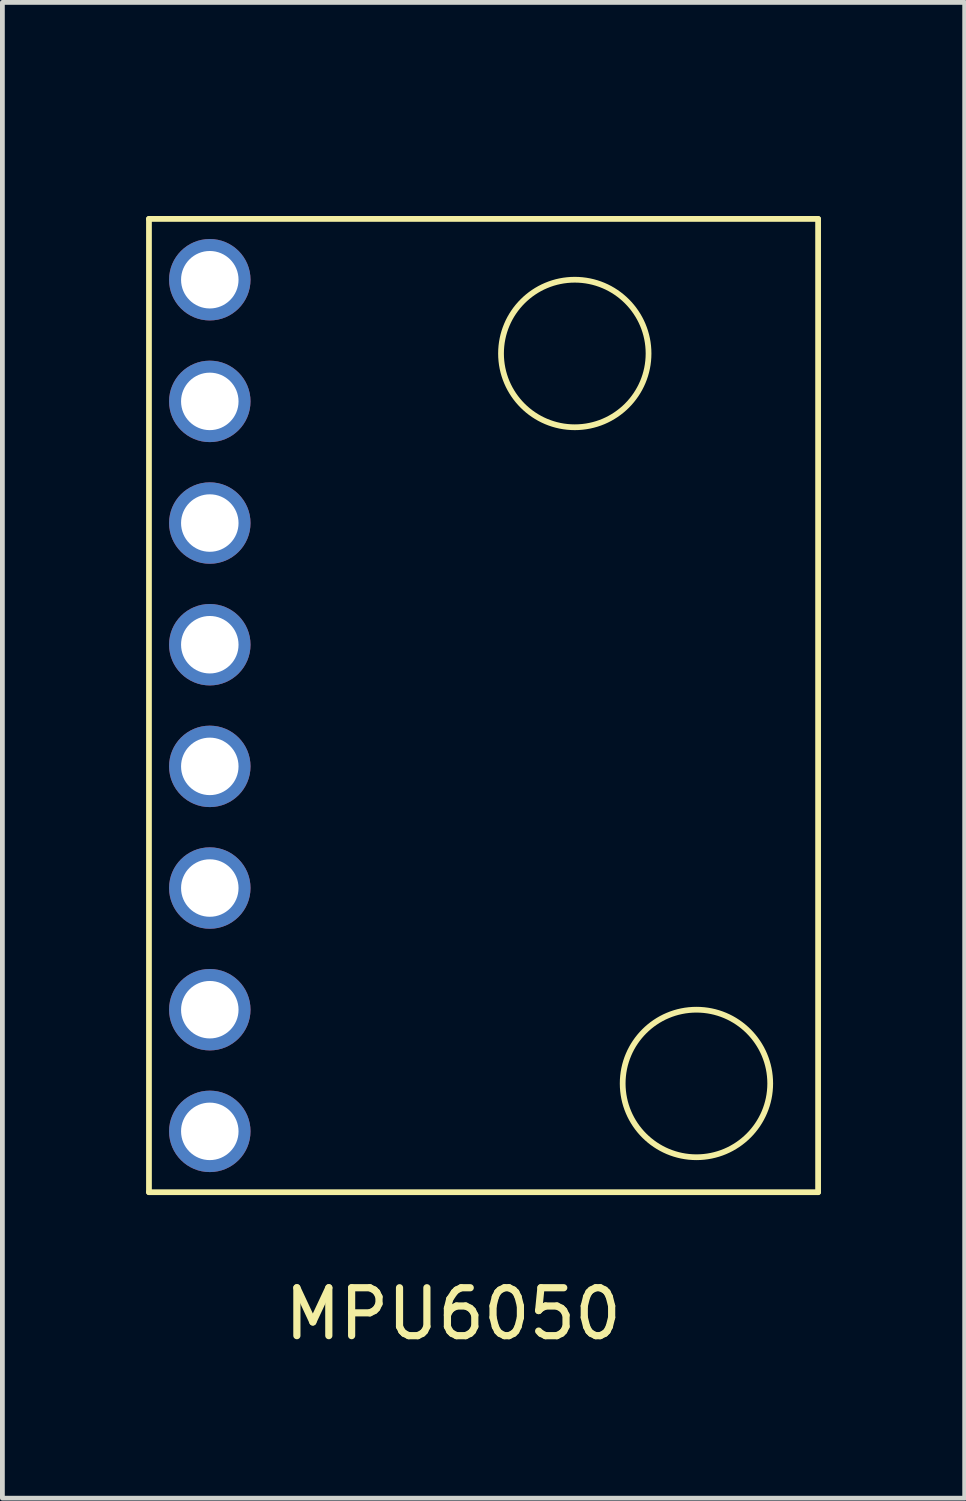
<source format=kicad_pcb>
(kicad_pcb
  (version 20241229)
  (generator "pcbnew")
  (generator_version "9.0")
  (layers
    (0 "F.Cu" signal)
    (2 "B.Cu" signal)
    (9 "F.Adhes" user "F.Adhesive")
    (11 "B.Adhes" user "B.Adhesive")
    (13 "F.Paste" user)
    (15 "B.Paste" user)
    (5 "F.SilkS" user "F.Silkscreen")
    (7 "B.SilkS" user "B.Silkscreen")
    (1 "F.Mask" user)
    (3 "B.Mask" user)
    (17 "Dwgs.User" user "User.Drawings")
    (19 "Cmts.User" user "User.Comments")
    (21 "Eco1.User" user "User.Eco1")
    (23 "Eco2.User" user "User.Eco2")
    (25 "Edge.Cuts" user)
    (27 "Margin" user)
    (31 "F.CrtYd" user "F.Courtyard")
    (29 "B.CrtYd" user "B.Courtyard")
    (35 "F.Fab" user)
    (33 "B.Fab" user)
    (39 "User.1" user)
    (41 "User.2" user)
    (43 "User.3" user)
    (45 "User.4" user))
  (footprint "MPU6050"
    (layer "F.Cu")
    (at 6.41 0.25)
    (property "Reference" "MPU6050" (at 0 24.13 0) (layer "F.SilkS") (effects (font (size 1 1) (thickness 0.15))))
    (attr through_hole)
    (fp_line (start -6.35 1.27) (end 7.62 1.27) (stroke (width 0.12) (type solid)) (layer "F.SilkS"))
    (fp_line (start -6.35 21.59) (end -6.35 1.27) (stroke (width 0.12) (type solid)) (layer "F.SilkS"))
    (fp_line (start 7.62 1.27) (end 7.62 21.59) (stroke (width 0.12) (type solid)) (layer "F.SilkS"))
    (fp_line (start 7.62 21.59) (end -6.35 21.59) (stroke (width 0.12) (type solid)) (layer "F.SilkS"))
    (fp_circle (center 2.54 4.08) (end 4.08 4.08) (stroke (width 0.12) (type solid)) (fill no) (layer "F.SilkS"))
    (fp_circle (center 5.08 19.32) (end 6.62 19.32) (stroke (width 0.12) (type solid)) (fill no) (layer "F.SilkS"))
    (pad "1" thru_hole circle (at -5.08 2.54) (size 1.7 1.7) (drill 1.2) (layers "*.Cu" "*.Mask"))
    (pad "2" thru_hole circle (at -5.08 5.08) (size 1.7 1.7) (drill 1.2) (layers "*.Cu" "*.Mask"))
    (pad "3" thru_hole circle (at -5.08 7.62) (size 1.7 1.7) (drill 1.2) (layers "*.Cu" "*.Mask"))
    (pad "4" thru_hole circle (at -5.08 10.16) (size 1.7 1.7) (drill 1.2) (layers "*.Cu" "*.Mask"))
    (pad "5" thru_hole circle (at -5.08 12.7) (size 1.7 1.7) (drill 1.2) (layers "*.Cu" "*.Mask"))
    (pad "6" thru_hole circle (at -5.08 15.24) (size 1.7 1.7) (drill 1.2) (layers "*.Cu" "*.Mask"))
    (pad "7" thru_hole circle (at -5.08 17.78) (size 1.7 1.7) (drill 1.2) (layers "*.Cu" "*.Mask"))
    (pad "8" thru_hole circle (at -5.08 20.32) (size 1.7 1.7) (drill 1.2) (layers "*.Cu" "*.Mask")))
  (gr_rect
    (start -3 -3)
    (end 17.09 28.228)
    (stroke (width 0.1) (type default))
    (fill no)
    (layer "Edge.Cuts")))
</source>
